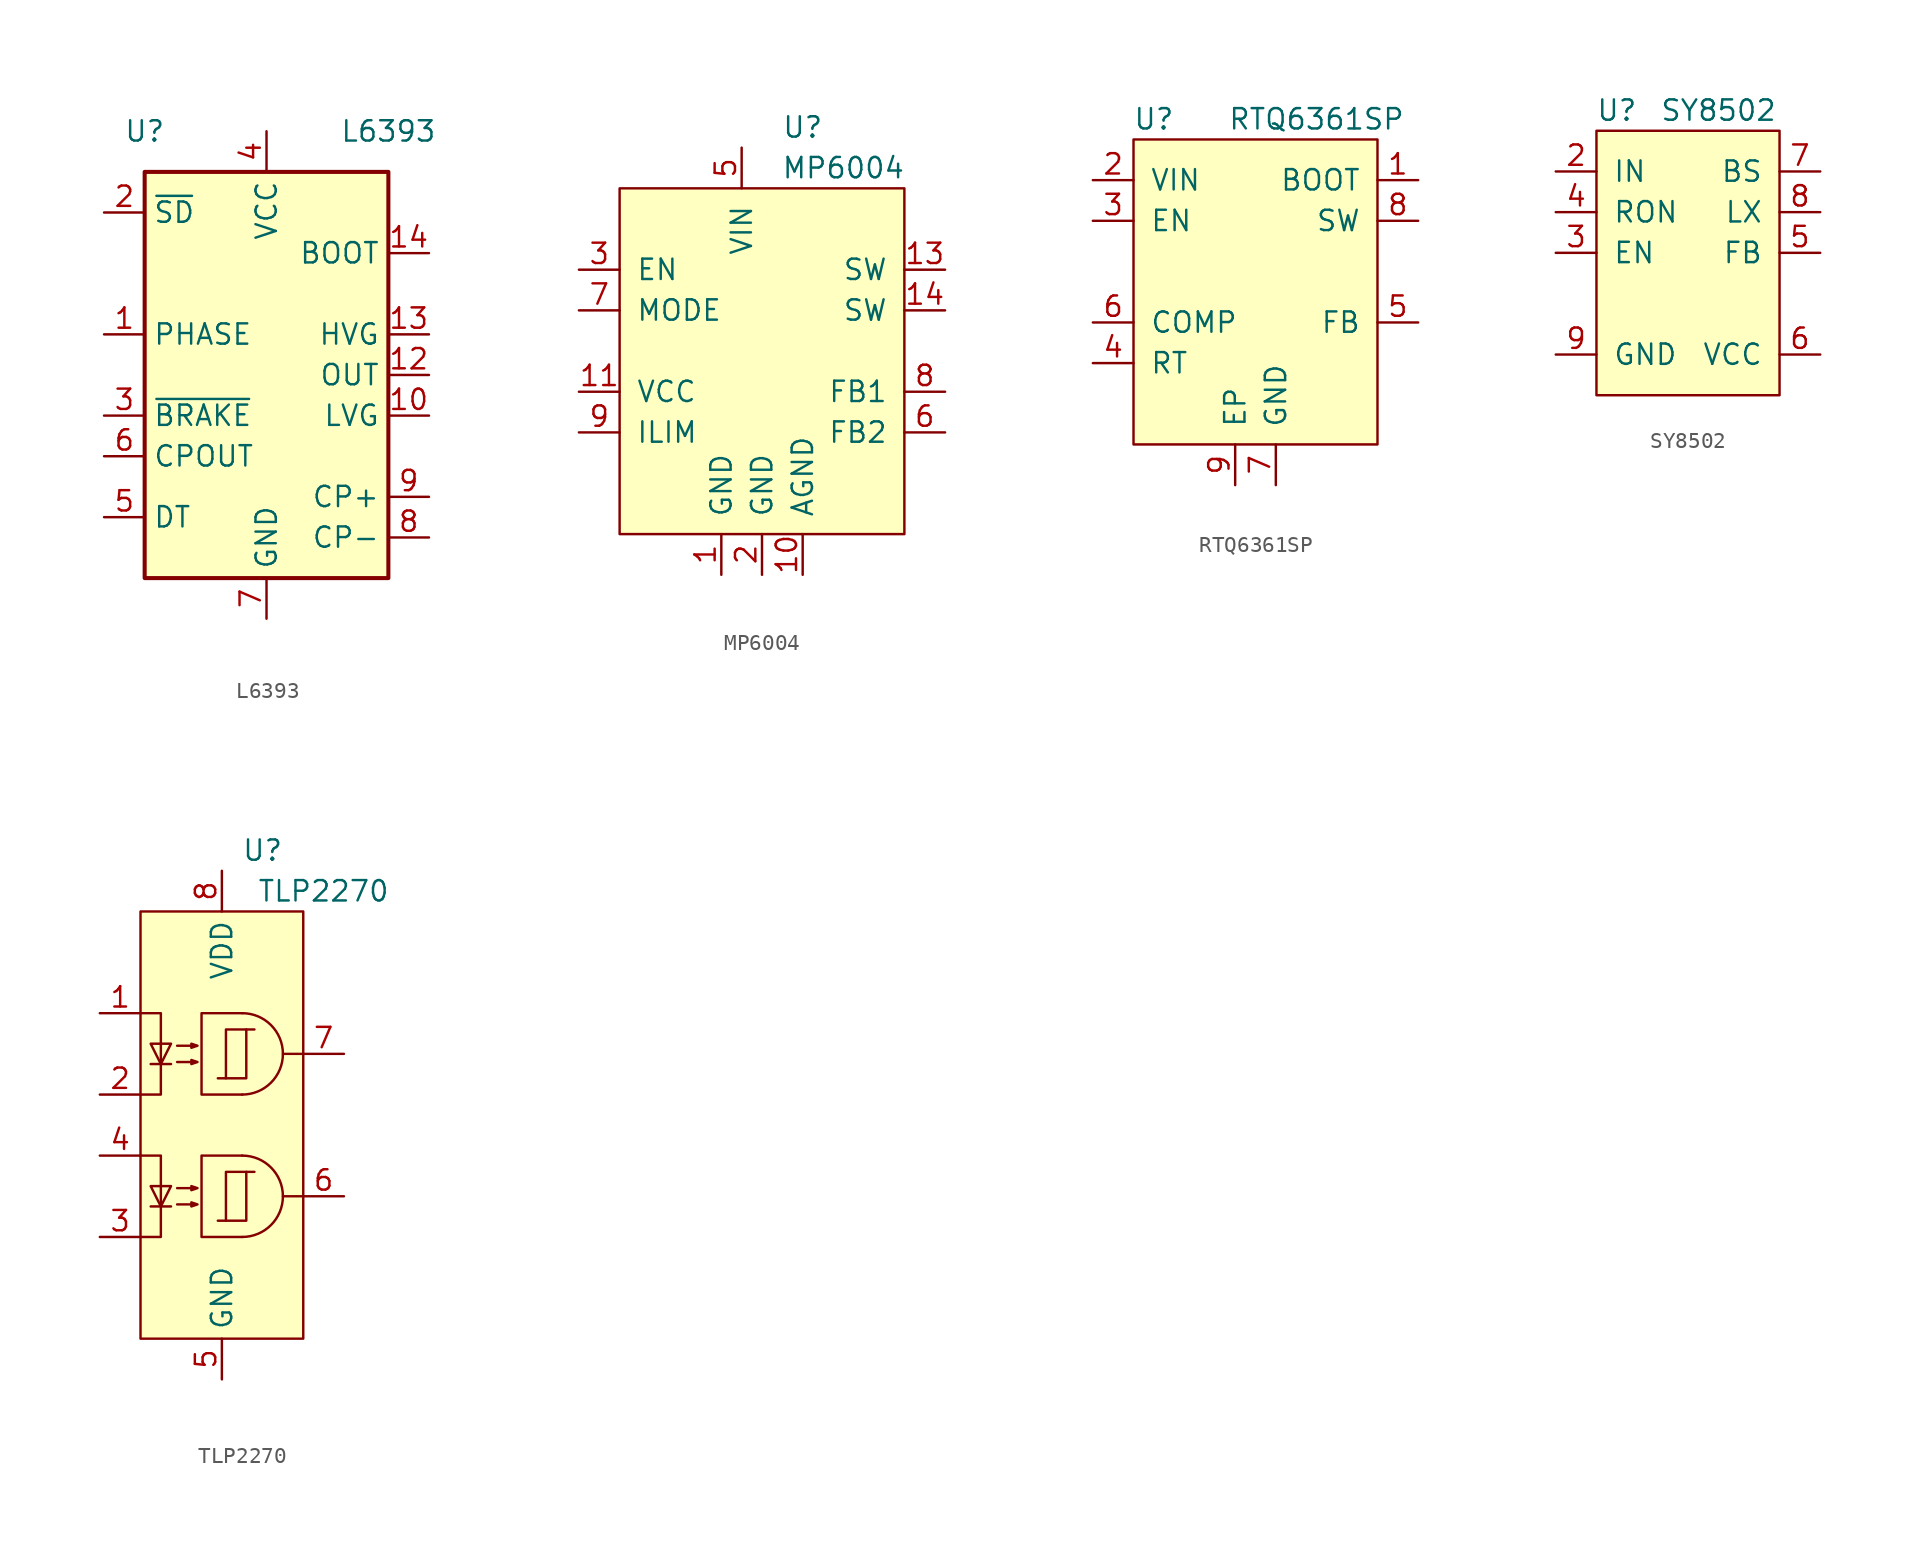
<source format=kicad_sym>
(kicad_symbol_lib
  (version 20211014)
  (generator kicad_symbol_editor)
  (symbol "L6393"
    (property "Reference" "U"
      (at -7.62 15.24 0)
      (effects (font (size 1.27 1.27))))
    (property "Value" "L6393"
      (at 7.62 15.24 0)
      (effects (font (size 1.27 1.27))))
    (symbol "L6393_0_1"
      (rectangle (start -7.62 -12.7) (end 7.62 12.7) (stroke (width 0.254) (type default) (color 0 0 0 0)) (fill (type background))))
    (symbol "L6393_1_1"
      (pin input line (at -10.16 2.54 0) (length 2.54) (name "PHASE" (effects (font (size 1.27 1.27)))) (number "1" (effects (font (size 1.27 1.27)))))
      (pin output line (at 10.16 -2.54 180) (length 2.54) (name "LVG" (effects (font (size 1.27 1.27)))) (number "10" (effects (font (size 1.27 1.27)))))
      (pin no_connect line (at 7.62 -5.08 180) (length 2.54) hide (name "NC" (effects (font (size 1.27 1.27)))) (number "11" (effects (font (size 1.27 1.27)))))
      (pin input line (at 10.16 0 180) (length 2.54) (name "OUT" (effects (font (size 1.27 1.27)))) (number "12" (effects (font (size 1.27 1.27)))))
      (pin output line (at 10.16 2.54 180) (length 2.54) (name "HVG" (effects (font (size 1.27 1.27)))) (number "13" (effects (font (size 1.27 1.27)))))
      (pin passive line (at 10.16 7.62 180) (length 2.54) (name "BOOT" (effects (font (size 1.27 1.27)))) (number "14" (effects (font (size 1.27 1.27)))))
      (pin input line (at -10.16 10.16 0) (length 2.54) (name "~{SD}" (effects (font (size 1.27 1.27)))) (number "2" (effects (font (size 1.27 1.27)))))
      (pin input line (at -10.16 -2.54 0) (length 2.54) (name "~{BRAKE}" (effects (font (size 1.27 1.27)))) (number "3" (effects (font (size 1.27 1.27)))))
      (pin power_in line (at 0 15.24 270) (length 2.54) (name "VCC" (effects (font (size 1.27 1.27)))) (number "4" (effects (font (size 1.27 1.27)))))
      (pin input line (at -10.16 -8.89 0) (length 2.54) (name "DT" (effects (font (size 1.27 1.27)))) (number "5" (effects (font (size 1.27 1.27)))))
      (pin open_collector line (at -10.16 -5.08 0) (length 2.54) (name "CPOUT" (effects (font (size 1.27 1.27)))) (number "6" (effects (font (size 1.27 1.27)))))
      (pin power_in line (at 0 -15.24 90) (length 2.54) (name "GND" (effects (font (size 1.27 1.27)))) (number "7" (effects (font (size 1.27 1.27)))))
      (pin input line (at 10.16 -10.16 180) (length 2.54) (name "CP-" (effects (font (size 1.27 1.27)))) (number "8" (effects (font (size 1.27 1.27)))))
      (pin input line (at 10.16 -7.62 180) (length 2.54) (name "CP+" (effects (font (size 1.27 1.27)))) (number "9" (effects (font (size 1.27 1.27)))))))
  (symbol "MP6004"
    (pin_names
      (offset 1.016))
    (property "Reference" "U"
      (at 3.81 15.24 0)
      (effects (font (size 1.27 1.27))))
    (property "Value" "MP6004"
      (at 6.35 12.7 0)
      (effects (font (size 1.27 1.27))))
    (symbol "MP6004_0_0"
      (pin power_in line (at -1.27 -12.7 90) (length 2.54) (name "GND" (effects (font (size 1.27 1.27)))) (number "1" (effects (font (size 1.27 1.27)))))
      (pin power_in line (at 3.81 -12.7 90) (length 2.54) (name "AGND" (effects (font (size 1.27 1.27)))) (number "10" (effects (font (size 1.27 1.27)))))
      (pin passive line (at -10.16 -1.27 0) (length 2.54) (name "VCC" (effects (font (size 1.27 1.27)))) (number "11" (effects (font (size 1.27 1.27)))))
      (pin no_connect line (at 12.7 1.27 180) (length 2.54) hide (name "NC" (effects (font (size 1.27 1.27)))) (number "12" (effects (font (size 1.27 1.27)))))
      (pin passive line (at 12.7 6.35 180) (length 2.54) (name "SW" (effects (font (size 1.27 1.27)))) (number "13" (effects (font (size 1.27 1.27)))))
      (pin passive line (at 12.7 3.81 180) (length 2.54) (name "SW" (effects (font (size 1.27 1.27)))) (number "14" (effects (font (size 1.27 1.27)))))
      (pin power_in line (at 1.27 -12.7 90) (length 2.54) (name "GND" (effects (font (size 1.27 1.27)))) (number "2" (effects (font (size 1.27 1.27)))))
      (pin input line (at -10.16 6.35 0) (length 2.54) (name "EN" (effects (font (size 1.27 1.27)))) (number "3" (effects (font (size 1.27 1.27)))))
      (pin no_connect line (at -10.16 1.27 0) (length 2.54) hide (name "NC" (effects (font (size 1.27 1.27)))) (number "4" (effects (font (size 1.27 1.27)))))
      (pin power_in line (at 0 13.97 270) (length 2.54) (name "VIN" (effects (font (size 1.27 1.27)))) (number "5" (effects (font (size 1.27 1.27)))))
      (pin input line (at 12.7 -3.81 180) (length 2.54) (name "FB2" (effects (font (size 1.27 1.27)))) (number "6" (effects (font (size 1.27 1.27)))))
      (pin input line (at -10.16 3.81 0) (length 2.54) (name "MODE" (effects (font (size 1.27 1.27)))) (number "7" (effects (font (size 1.27 1.27)))))
      (pin input line (at 12.7 -1.27 180) (length 2.54) (name "FB1" (effects (font (size 1.27 1.27)))) (number "8" (effects (font (size 1.27 1.27)))))
      (pin passive line (at -10.16 -3.81 0) (length 2.54) (name "ILIM" (effects (font (size 1.27 1.27)))) (number "9" (effects (font (size 1.27 1.27))))))
    (symbol "MP6004_0_1"
      (rectangle (start -7.62 -10.16) (end 10.16 11.43) (stroke (width 0) (type default) (color 0 0 0 0)) (fill (type background)))))
  (symbol "RTQ6361SP"
    (pin_names
      (offset 1.016))
    (property "Reference" "U"
      (at -6.35 8.89 0)
      (effects (font (size 1.27 1.27))))
    (property "Value" "RTQ6361SP"
      (at 3.81 8.89 0)
      (effects (font (size 1.27 1.27))))
    (symbol "RTQ6361SP_0_0"
      (pin passive line (at 10.16 5.08 180) (length 2.54) (name "BOOT" (effects (font (size 1.27 1.27)))) (number "1" (effects (font (size 1.27 1.27)))))
      (pin power_in line (at -10.16 5.08 0) (length 2.54) (name "VIN" (effects (font (size 1.27 1.27)))) (number "2" (effects (font (size 1.27 1.27)))))
      (pin input line (at -10.16 2.54 0) (length 2.54) (name "EN" (effects (font (size 1.27 1.27)))) (number "3" (effects (font (size 1.27 1.27)))))
      (pin passive line (at -10.16 -6.35 0) (length 2.54) (name "RT" (effects (font (size 1.27 1.27)))) (number "4" (effects (font (size 1.27 1.27)))))
      (pin input line (at 10.16 -3.81 180) (length 2.54) (name "FB" (effects (font (size 1.27 1.27)))) (number "5" (effects (font (size 1.27 1.27)))))
      (pin passive line (at -10.16 -3.81 0) (length 2.54) (name "COMP" (effects (font (size 1.27 1.27)))) (number "6" (effects (font (size 1.27 1.27)))))
      (pin power_in line (at 1.27 -13.97 90) (length 2.54) (name "GND" (effects (font (size 1.27 1.27)))) (number "7" (effects (font (size 1.27 1.27)))))
      (pin passive line (at 10.16 2.54 180) (length 2.54) (name "SW" (effects (font (size 1.27 1.27)))) (number "8" (effects (font (size 1.27 1.27)))))
      (pin passive line (at -1.27 -13.97 90) (length 2.54) (name "EP" (effects (font (size 1.27 1.27)))) (number "9" (effects (font (size 1.27 1.27))))))
    (symbol "RTQ6361SP_0_1"
      (rectangle (start -7.62 7.62) (end 7.62 -11.43) (stroke (width 0) (type default) (color 0 0 0 0)) (fill (type background)))))
  (symbol "SY8502"
    (pin_names
      (offset 1.016))
    (property "Reference" "U"
      (at -5.08 12.7 0)
      (effects (font (size 1.27 1.27))))
    (property "Value" "SY8502"
      (at 1.27 12.7 0)
      (effects (font (size 1.27 1.27))))
    (symbol "SY8502_0_0"
      (pin no_connect line (at -8.89 11.43 0) (length 2.54) hide (name "~" (effects (font (size 1.27 1.27)))) (number "1" (effects (font (size 1.27 1.27)))))
      (pin power_in line (at -8.89 8.89 0) (length 2.54) (name "IN" (effects (font (size 1.27 1.27)))) (number "2" (effects (font (size 1.27 1.27)))))
      (pin input line (at -8.89 3.81 0) (length 2.54) (name "EN" (effects (font (size 1.27 1.27)))) (number "3" (effects (font (size 1.27 1.27)))))
      (pin passive line (at -8.89 6.35 0) (length 2.54) (name "RON" (effects (font (size 1.27 1.27)))) (number "4" (effects (font (size 1.27 1.27)))))
      (pin input line (at 7.62 3.81 180) (length 2.54) (name "FB" (effects (font (size 1.27 1.27)))) (number "5" (effects (font (size 1.27 1.27)))))
      (pin passive line (at 7.62 -2.54 180) (length 2.54) (name "VCC" (effects (font (size 1.27 1.27)))) (number "6" (effects (font (size 1.27 1.27)))))
      (pin passive line (at 7.62 8.89 180) (length 2.54) (name "BS" (effects (font (size 1.27 1.27)))) (number "7" (effects (font (size 1.27 1.27)))))
      (pin passive line (at 7.62 6.35 180) (length 2.54) (name "LX" (effects (font (size 1.27 1.27)))) (number "8" (effects (font (size 1.27 1.27)))))
      (pin power_in line (at -8.89 -2.54 0) (length 2.54) (name "GND" (effects (font (size 1.27 1.27)))) (number "9" (effects (font (size 1.27 1.27))))))
    (symbol "SY8502_0_1"
      (rectangle (start -6.35 -5.08) (end 5.08 11.43) (stroke (width 0) (type default) (color 0 0 0 0)) (fill (type background)))))
  (symbol "TLP2270"
    (property "Reference" "U"
      (at 2.54 12.7 0)
      (effects (font (size 1.27 1.27))))
    (property "Value" "TLP2270"
      (at 6.35 10.16 0)
      (effects (font (size 1.27 1.27))))
    (symbol "TLP2270_0_1"
      (rectangle (start -5.08 8.89) (end 5.08 -17.78) (stroke (width 0) (type default) (color 0 0 0 0)) (fill (type background)))
      (polyline (pts (xy 5.08 -8.89) (xy 3.81 -8.89)) (stroke (width 0) (type default) (color 0 0 0 0)) (fill (type none)))
      (polyline (pts (xy 5.08 0) (xy 3.81 0)) (stroke (width 0) (type default) (color 0 0 0 0)) (fill (type none))))
    (symbol "TLP2270_1_1"
      (polyline (pts (xy -4.445 -9.525) (xy -3.175 -9.525)) (stroke (width 0) (type default) (color 0 0 0 0)) (fill (type none)))
      (polyline (pts (xy -4.445 -0.635) (xy -3.175 -0.635)) (stroke (width 0) (type default) (color 0 0 0 0)) (fill (type none)))
      (polyline (pts (xy 0.254 -10.414) (xy -0.254 -10.414)) (stroke (width 0) (type default) (color 0 0 0 0)) (fill (type none)))
      (polyline (pts (xy 0.254 -1.524) (xy -0.254 -1.524)) (stroke (width 0) (type default) (color 0 0 0 0)) (fill (type none)))
      (polyline (pts (xy 1.524 -7.366) (xy 2.032 -7.366)) (stroke (width 0) (type default) (color 0 0 0 0)) (fill (type none)))
      (polyline (pts (xy 1.524 1.524) (xy 2.032 1.524)) (stroke (width 0) (type default) (color 0 0 0 0)) (fill (type none)))
      (polyline (pts (xy -5.08 -11.43) (xy -3.81 -11.43) (xy -3.81 -6.35) (xy -5.08 -6.35)) (stroke (width 0) (type default) (color 0 0 0 0)) (fill (type none)))
      (polyline (pts (xy -5.08 -2.54) (xy -3.81 -2.54) (xy -3.81 2.54) (xy -5.08 2.54)) (stroke (width 0) (type default) (color 0 0 0 0)) (fill (type none)))
      (polyline (pts (xy -3.81 -9.525) (xy -4.445 -8.255) (xy -3.175 -8.255) (xy -3.81 -9.525)) (stroke (width 0) (type default) (color 0 0 0 0)) (fill (type none)))
      (polyline (pts (xy -3.81 -0.635) (xy -4.445 0.635) (xy -3.175 0.635) (xy -3.81 -0.635)) (stroke (width 0) (type default) (color 0 0 0 0)) (fill (type none)))
      (polyline (pts (xy 1.27 -11.43) (xy -1.27 -11.43) (xy -1.27 -6.35) (xy 1.27 -6.35)) (stroke (width 0) (type default) (color 0 0 0 0)) (fill (type none)))
      (polyline (pts (xy 1.27 -2.54) (xy -1.27 -2.54) (xy -1.27 2.54) (xy 1.27 2.54)) (stroke (width 0) (type default) (color 0 0 0 0)) (fill (type none)))
      (polyline (pts (xy -2.794 -9.398) (xy -1.524 -9.398) (xy -1.905 -9.525) (xy -1.905 -9.271) (xy -1.524 -9.398)) (stroke (width 0) (type default) (color 0 0 0 0)) (fill (type none)))
      (polyline (pts (xy -2.794 -8.382) (xy -1.524 -8.382) (xy -1.905 -8.509) (xy -1.905 -8.255) (xy -1.524 -8.382)) (stroke (width 0) (type default) (color 0 0 0 0)) (fill (type none)))
      (polyline (pts (xy -2.794 -0.508) (xy -1.524 -0.508) (xy -1.905 -0.635) (xy -1.905 -0.381) (xy -1.524 -0.508)) (stroke (width 0) (type default) (color 0 0 0 0)) (fill (type none)))
      (polyline (pts (xy -2.794 0.508) (xy -1.524 0.508) (xy -1.905 0.381) (xy -1.905 0.635) (xy -1.524 0.508)) (stroke (width 0) (type default) (color 0 0 0 0)) (fill (type none)))
      (rectangle (start 0.254 -7.366) (end 1.524 -10.414) (stroke (width 0) (type default) (color 0 0 0 0)) (fill (type none)))
      (rectangle (start 0.254 1.524) (end 1.524 -1.524) (stroke (width 0) (type default) (color 0 0 0 0)) (fill (type none)))
      (arc (start 1.27 -11.43) (mid 3.81 -8.89) (end 1.27 -6.35) (stroke (width 0) (type default) (color 0 0 0 0)) (fill (type none)))
      (arc (start 1.27 -2.54) (mid 3.81 0) (end 1.27 2.54) (stroke (width 0) (type default) (color 0 0 0 0)) (fill (type none)))
      (pin passive line (at -7.62 2.54 0) (length 2.54) (name "~" (effects (font (size 1.27 1.27)))) (number "1" (effects (font (size 1.27 1.27)))))
      (pin passive line (at -7.62 -2.54 0) (length 2.54) (name "~" (effects (font (size 1.27 1.27)))) (number "2" (effects (font (size 1.27 1.27)))))
      (pin passive line (at -7.62 -11.43 0) (length 2.54) (name "~" (effects (font (size 1.27 1.27)))) (number "3" (effects (font (size 1.27 1.27)))))
      (pin passive line (at -7.62 -6.35 0) (length 2.54) (name "~" (effects (font (size 1.27 1.27)))) (number "4" (effects (font (size 1.27 1.27)))))
      (pin power_in line (at 0 -20.32 90) (length 2.54) (name "GND" (effects (font (size 1.27 1.27)))) (number "5" (effects (font (size 1.27 1.27)))))
      (pin output line (at 7.62 -8.89 180) (length 2.54) (name "~" (effects (font (size 1.27 1.27)))) (number "6" (effects (font (size 1.27 1.27)))))
      (pin output line (at 7.62 0 180) (length 2.54) (name "~" (effects (font (size 1.27 1.27)))) (number "7" (effects (font (size 1.27 1.27)))))
      (pin power_in line (at 0 11.43 270) (length 2.54) (name "VDD" (effects (font (size 1.27 1.27)))) (number "8" (effects (font (size 1.27 1.27))))))))
</source>
